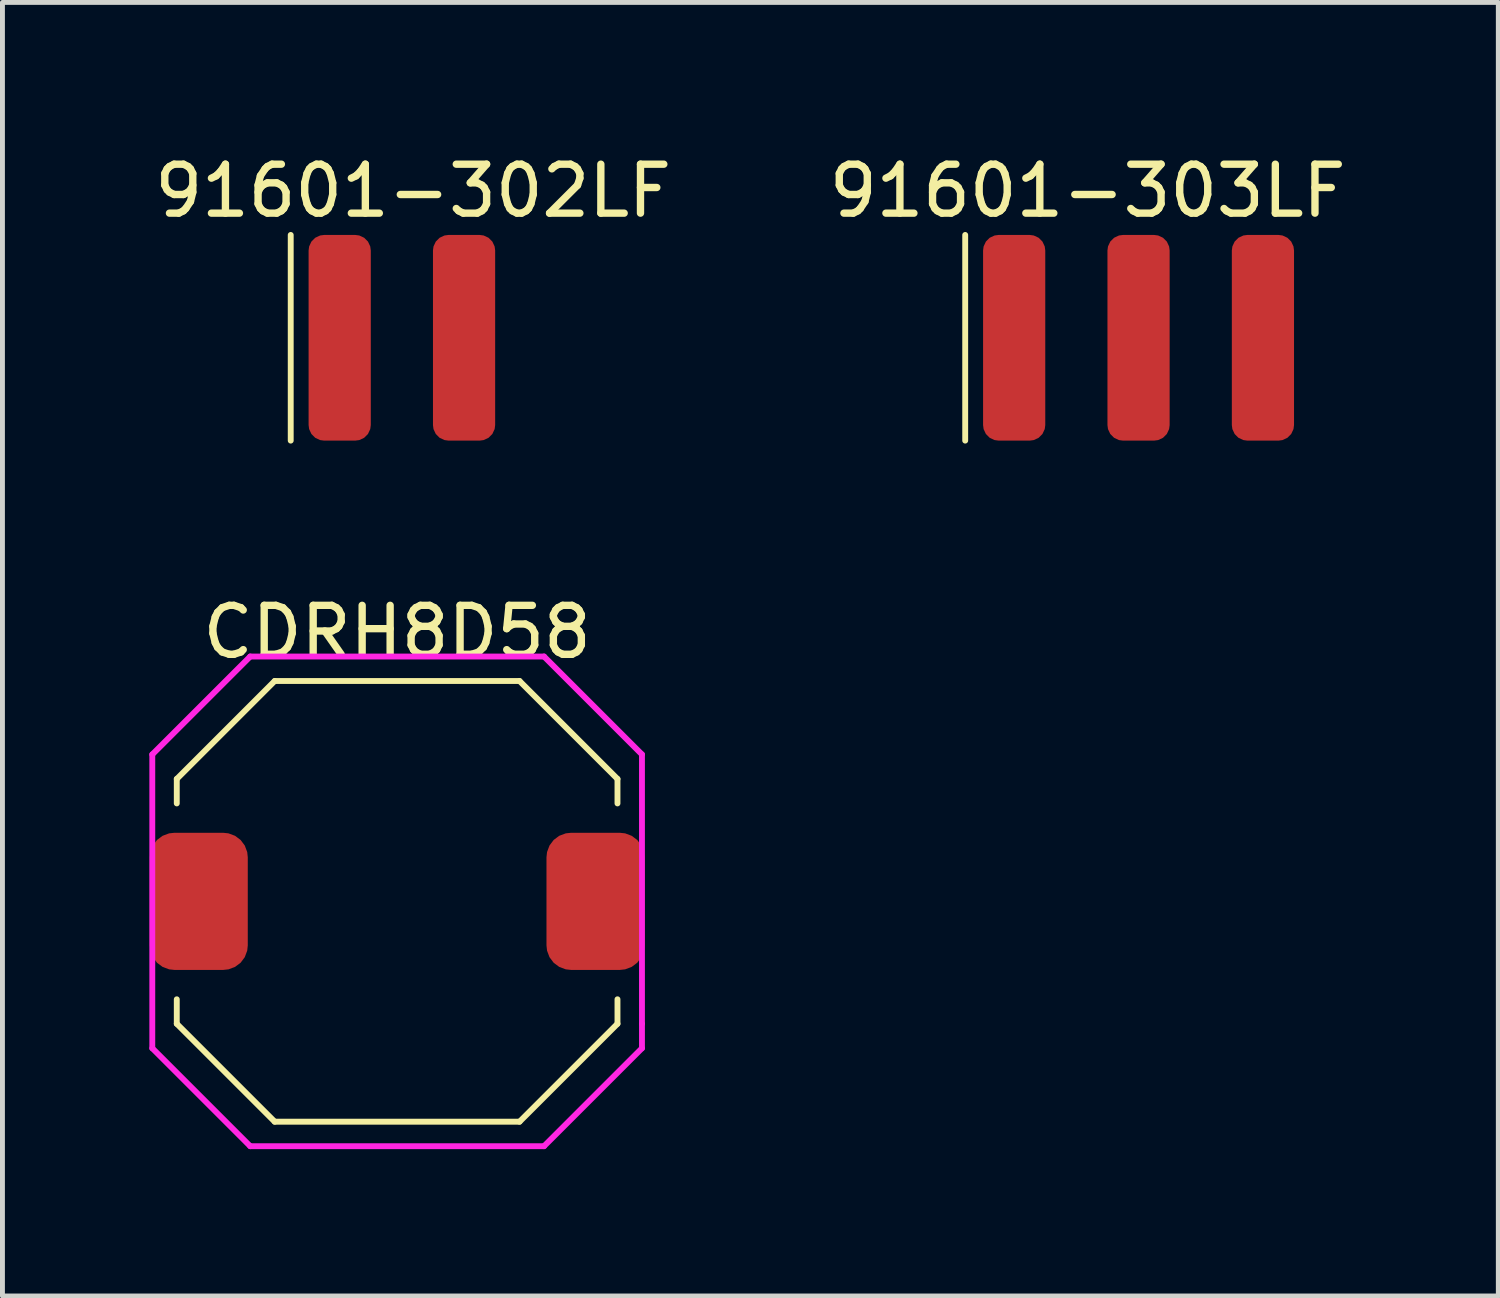
<source format=kicad_pcb>
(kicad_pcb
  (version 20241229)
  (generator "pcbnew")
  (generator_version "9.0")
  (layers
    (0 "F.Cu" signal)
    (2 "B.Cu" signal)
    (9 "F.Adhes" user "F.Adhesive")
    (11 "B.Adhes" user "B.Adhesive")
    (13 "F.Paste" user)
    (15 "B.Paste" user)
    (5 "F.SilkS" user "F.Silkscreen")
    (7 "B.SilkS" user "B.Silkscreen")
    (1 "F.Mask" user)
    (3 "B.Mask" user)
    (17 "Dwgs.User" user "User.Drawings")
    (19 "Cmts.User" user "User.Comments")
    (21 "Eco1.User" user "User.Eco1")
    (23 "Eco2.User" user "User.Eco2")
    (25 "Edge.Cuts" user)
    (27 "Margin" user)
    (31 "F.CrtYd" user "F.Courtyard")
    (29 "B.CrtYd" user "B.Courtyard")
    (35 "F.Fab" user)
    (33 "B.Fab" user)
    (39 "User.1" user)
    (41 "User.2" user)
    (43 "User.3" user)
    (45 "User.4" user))
  (footprint "91601-302LF"
    (layer "F.Cu")
    (at 3.887 3.848)
    (property "Reference" "91601-302LF" (at 1.5 -3 0) (layer "F.SilkS") (effects (font (size 1 1) (thickness 0.15))))
    (attr through_hole)
    (fp_line (start -1 -2.1) (end -1 2.1) (stroke (width 0.12) (type solid)) (layer "F.SilkS"))
    (pad "1" smd roundrect (at 0 0) (size 1.27 4.2) (layers "F.Cu" "F.Mask" "F.Paste") (roundrect_rratio 0.25))
    (pad "2" smd roundrect (at 2.54 0) (size 1.27 4.2) (layers "F.Cu" "F.Mask" "F.Paste") (roundrect_rratio 0.25)))
  (footprint "91601-303LF"
    (layer "F.Cu")
    (at 17.661 3.848)
    (property "Reference" "91601-303LF" (at 1.5 -3 0) (layer "F.SilkS") (effects (font (size 1 1) (thickness 0.15))))
    (attr through_hole)
    (fp_line (start -1 -2.1) (end -1 2.1) (stroke (width 0.12) (type solid)) (layer "F.SilkS"))
    (pad "1" smd roundrect (at 0 0) (size 1.27 4.2) (layers "F.Cu" "F.Mask" "F.Paste") (roundrect_rratio 0.25))
    (pad "2" smd roundrect (at 2.54 0) (size 1.27 4.2) (layers "F.Cu" "F.Mask" "F.Paste") (roundrect_rratio 0.25))
    (pad "3" smd roundrect (at 5.08 0) (size 1.27 4.2) (layers "F.Cu" "F.Mask" "F.Paste") (roundrect_rratio 0.25)))
  (footprint "CDRH8D58"
    (layer "F.Cu")
    (at 5.06 15.357)
    (property "Reference" "CDRH8D58" (at 0 -5.5 0) (layer "F.SilkS") (effects (font (size 1 1) (thickness 0.15))))
    (attr through_hole)
    (fp_line (start -4.5 -2.5) (end -2.5 -4.5) (stroke (width 0.12) (type solid)) (layer "F.SilkS"))
    (fp_line (start -4.5 -2) (end -4.5 -2.5) (stroke (width 0.12) (type solid)) (layer "F.SilkS"))
    (fp_line (start -4.5 2.5) (end -4.5 2) (stroke (width 0.12) (type solid)) (layer "F.SilkS"))
    (fp_line (start -2.5 -4.5) (end 2.5 -4.5) (stroke (width 0.12) (type solid)) (layer "F.SilkS"))
    (fp_line (start -2.5 4.5) (end -4.5 2.5) (stroke (width 0.12) (type solid)) (layer "F.SilkS"))
    (fp_line (start 2.5 -4.5) (end 4.5 -2.5) (stroke (width 0.12) (type solid)) (layer "F.SilkS"))
    (fp_line (start 2.5 4.5) (end -2.5 4.5) (stroke (width 0.12) (type solid)) (layer "F.SilkS"))
    (fp_line (start 4.5 -2.5) (end 4.5 -2) (stroke (width 0.12) (type solid)) (layer "F.SilkS"))
    (fp_line (start 4.5 2) (end 4.5 2.5) (stroke (width 0.12) (type solid)) (layer "F.SilkS"))
    (fp_line (start 4.5 2.5) (end 2.5 4.5) (stroke (width 0.12) (type solid)) (layer "F.SilkS"))
    (fp_line (start -5 -3) (end -3 -5) (stroke (width 0.12) (type solid)) (layer "F.CrtYd"))
    (fp_line (start -5 3) (end -5 -3) (stroke (width 0.12) (type solid)) (layer "F.CrtYd"))
    (fp_line (start -3 -5) (end 3 -5) (stroke (width 0.12) (type solid)) (layer "F.CrtYd"))
    (fp_line (start -3 5) (end -5 3) (stroke (width 0.12) (type solid)) (layer "F.CrtYd"))
    (fp_line (start 3 -5) (end 5 -3) (stroke (width 0.12) (type solid)) (layer "F.CrtYd"))
    (fp_line (start 3 5) (end -3 5) (stroke (width 0.12) (type solid)) (layer "F.CrtYd"))
    (fp_line (start 5 -3) (end 5 2.5) (stroke (width 0.12) (type solid)) (layer "F.CrtYd"))
    (fp_line (start 5 2.5) (end 5 3) (stroke (width 0.12) (type solid)) (layer "F.CrtYd"))
    (fp_line (start 5 3) (end 3 5) (stroke (width 0.12) (type solid)) (layer "F.CrtYd"))
    (pad "1" smd roundrect (at -4.05 0) (size 2 2.8) (layers "F.Cu" "F.Mask" "F.Paste") (roundrect_rratio 0.25))
    (pad "2" smd roundrect (at 4.05 0) (size 2 2.8) (layers "F.Cu" "F.Mask" "F.Paste") (roundrect_rratio 0.25)))
  (gr_rect
    (start -3 -3)
    (end 27.548 23.416)
    (stroke (width 0.1) (type default))
    (fill no)
    (layer "Edge.Cuts")))
</source>
